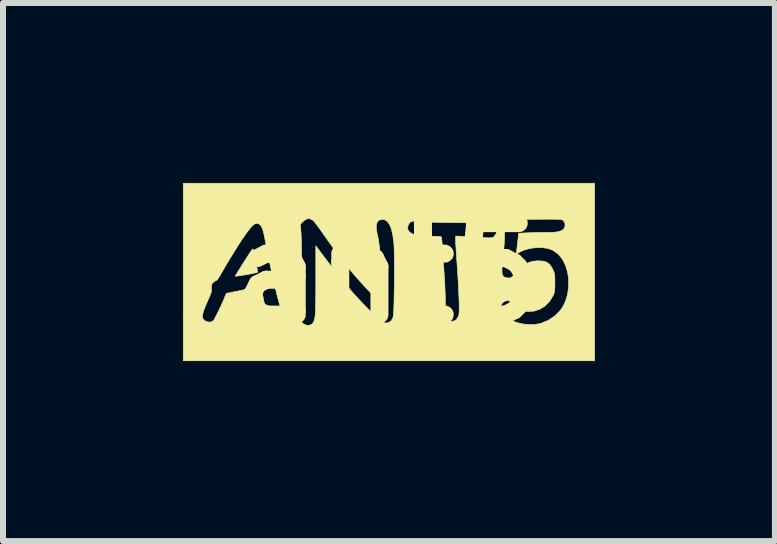
<source format=kicad_pcb>
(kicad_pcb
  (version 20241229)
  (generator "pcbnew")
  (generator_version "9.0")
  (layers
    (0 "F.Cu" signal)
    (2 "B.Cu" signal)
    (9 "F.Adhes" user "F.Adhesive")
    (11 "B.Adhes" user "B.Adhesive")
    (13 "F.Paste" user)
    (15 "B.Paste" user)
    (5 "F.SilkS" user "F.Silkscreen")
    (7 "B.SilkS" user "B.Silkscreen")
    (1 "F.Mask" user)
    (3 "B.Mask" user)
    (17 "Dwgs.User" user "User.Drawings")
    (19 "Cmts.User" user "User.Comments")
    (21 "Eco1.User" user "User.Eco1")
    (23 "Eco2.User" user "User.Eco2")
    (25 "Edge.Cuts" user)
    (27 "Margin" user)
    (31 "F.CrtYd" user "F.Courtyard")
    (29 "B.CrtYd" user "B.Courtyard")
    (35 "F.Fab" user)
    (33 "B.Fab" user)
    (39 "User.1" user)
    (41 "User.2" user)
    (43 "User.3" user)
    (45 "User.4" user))
  (footprint "ant5"
    (layer "F.Cu")
    (at 3.421 1.505)
    (property "Reference" "ant5" (at 0 0 0) (layer "F.SilkS") (effects (font (size 1.524 1.524) (thickness 0.3))))
    (attr through_hole)
    (fp_poly (pts (xy -2.249 -0.385) (xy -2.24 -0.344) (xy -2.229 -0.291) (xy -2.216 -0.23) (xy -2.204 -0.168) (xy -2.192 -0.11) (xy -2.183 -0.062) (xy -2.177 -0.029) (xy -2.176 -0.017) (xy -2.191 -0.011) (xy -2.226 -0.003) (xy -2.275 0.008) (xy -2.332 0.018) (xy -2.392 0.029) (xy -2.449 0.038) (xy -2.498 0.045) (xy -2.533 0.049) (xy -2.549 0.049) (xy -2.549 0.048) (xy -2.511 -0.016) (xy -2.468 -0.085) (xy -2.424 -0.156) (xy -2.381 -0.224) (xy -2.34 -0.286) (xy -2.306 -0.339) (xy -2.278 -0.379) (xy -2.261 -0.403) (xy -2.255 -0.408) (xy -2.249 -0.385)) (stroke (width 0.01) (type solid)) (fill yes) (layer "F.SilkS"))
    (fp_poly (pts (xy 3.443 1.46) (xy -3.416 1.46) (xy -3.416 0.727) (xy -3.098 0.727) (xy -3.098 0.733) (xy -3.08 0.771) (xy -3.045 0.799) (xy -3.001 0.814) (xy -2.956 0.814) (xy -2.919 0.795) (xy -2.914 0.791) (xy -2.9 0.769) (xy -2.878 0.729) (xy -2.85 0.674) (xy -2.819 0.612) (xy -2.788 0.546) (xy -2.759 0.482) (xy -2.735 0.427) (xy -2.719 0.385) (xy -2.705 0.353) (xy -2.694 0.336) (xy -2.692 0.335) (xy -2.678 0.332) (xy -2.642 0.325) (xy -2.589 0.314) (xy -2.524 0.301) (xy -2.451 0.286) (xy -2.376 0.27) (xy -2.303 0.254) (xy -2.236 0.24) (xy -2.181 0.228) (xy -2.148 0.221) (xy -2.135 0.22) (xy -2.125 0.227) (xy -2.117 0.247) (xy -2.108 0.283) (xy -2.097 0.342) (xy -2.096 0.345) (xy -2.072 0.465) (xy -2.043 0.572) (xy -2.011 0.662) (xy -1.977 0.733) (xy -1.943 0.782) (xy -1.926 0.796) (xy -1.881 0.814) (xy -1.834 0.811) (xy -1.793 0.789) (xy -1.764 0.753) (xy -1.755 0.711) (xy -1.76 0.681) (xy -1.772 0.634) (xy -1.79 0.578) (xy -1.801 0.546) (xy -1.816 0.5) (xy -1.835 0.432) (xy -1.857 0.345) (xy -1.882 0.242) (xy -1.909 0.127) (xy -1.937 0.005) (xy -1.964 -0.122) (xy -1.991 -0.25) (xy -2.016 -0.375) (xy -2.039 -0.494) (xy -2.05 -0.549) (xy -2.069 -0.646) (xy -2.088 -0.719) (xy -2.108 -0.771) (xy -2.131 -0.805) (xy -2.147 -0.816) (xy -1.464 -0.816) (xy -1.452 -0.673) (xy -1.45 -0.63) (xy -1.448 -0.565) (xy -1.446 -0.479) (xy -1.444 -0.376) (xy -1.442 -0.259) (xy -1.441 -0.133) (xy -1.441 0.001) (xy -1.44 0.139) (xy -1.44 0.145) (xy -1.44 0.82) (xy -1.409 0.845) (xy -1.364 0.867) (xy -1.315 0.868) (xy -1.272 0.849) (xy -1.262 0.841) (xy -1.25 0.825) (xy -1.239 0.806) (xy -1.23 0.781) (xy -1.223 0.747) (xy -1.217 0.704) (xy -1.213 0.647) (xy -1.21 0.575) (xy -1.208 0.485) (xy -1.207 0.375) (xy -1.206 0.243) (xy -1.206 0.116) (xy -1.206 -0.457) (xy -1.103 -0.319) (xy -1.008 -0.194) (xy -0.905 -0.061) (xy -0.799 0.072) (xy -0.697 0.196) (xy -0.632 0.275) (xy -0.581 0.333) (xy -0.522 0.398) (xy -0.457 0.468) (xy -0.389 0.538) (xy -0.322 0.607) (xy -0.259 0.671) (xy -0.202 0.726) (xy -0.155 0.77) (xy -0.12 0.8) (xy -0.104 0.812) (xy -0.046 0.83) (xy 0.007 0.824) (xy 0.05 0.794) (xy 0.079 0.743) (xy 0.083 0.73) (xy 0.087 0.701) (xy 0.091 0.648) (xy 0.095 0.576) (xy 0.098 0.488) (xy 0.1 0.387) (xy 0.102 0.277) (xy 0.104 0.161) (xy 0.105 0.044) (xy 0.105 -0.072) (xy 0.104 -0.183) (xy 0.103 -0.285) (xy 0.101 -0.374) (xy 0.099 -0.448) (xy 0.095 -0.503) (xy 0.095 -0.513) (xy 0.077 -0.638) (xy 0.054 -0.737) (xy 0.042 -0.767) (xy 0.324 -0.767) (xy 0.329 -0.725) (xy 0.358 -0.685) (xy 0.359 -0.684) (xy 0.402 -0.657) (xy 0.471 -0.637) (xy 0.565 -0.623) (xy 0.685 -0.617) (xy 0.744 -0.616) (xy 0.814 -0.615) (xy 0.86 -0.612) (xy 0.884 -0.605) (xy 0.89 -0.599) (xy 0.892 -0.581) (xy 0.896 -0.541) (xy 0.901 -0.483) (xy 0.906 -0.413) (xy 0.91 -0.348) (xy 0.916 -0.253) (xy 0.923 -0.149) (xy 0.93 -0.047) (xy 0.936 0.043) (xy 0.938 0.074) (xy 0.943 0.154) (xy 0.947 0.251) (xy 0.951 0.355) (xy 0.954 0.457) (xy 0.955 0.507) (xy 0.957 0.594) (xy 0.958 0.658) (xy 0.961 0.704) (xy 0.964 0.734) (xy 0.97 0.754) (xy 0.977 0.767) (xy 0.988 0.777) (xy 0.99 0.779) (xy 1.035 0.8) (xy 1.084 0.801) (xy 1.128 0.781) (xy 1.137 0.772) (xy 1.162 0.737) (xy 1.18 0.695) (xy 1.183 0.665) (xy 1.185 0.611) (xy 1.185 0.541) (xy 1.882 0.541) (xy 1.882 0.587) (xy 1.9 0.627) (xy 1.934 0.674) (xy 1.977 0.722) (xy 2.023 0.762) (xy 2.037 0.772) (xy 2.118 0.813) (xy 2.216 0.841) (xy 2.322 0.856) (xy 2.429 0.856) (xy 2.528 0.841) (xy 2.546 0.836) (xy 2.669 0.786) (xy 2.776 0.715) (xy 2.867 0.623) (xy 2.91 0.563) (xy 2.958 0.466) (xy 2.991 0.352) (xy 3.008 0.23) (xy 3.009 0.104) (xy 2.995 0.001) (xy 2.959 -0.126) (xy 2.907 -0.231) (xy 2.839 -0.315) (xy 2.754 -0.378) (xy 2.74 -0.385) (xy 2.662 -0.413) (xy 2.567 -0.427) (xy 2.465 -0.427) (xy 2.362 -0.412) (xy 2.266 -0.385) (xy 2.199 -0.355) (xy 2.165 -0.336) (xy 2.143 -0.324) (xy 2.138 -0.322) (xy 2.139 -0.334) (xy 2.142 -0.368) (xy 2.148 -0.419) (xy 2.155 -0.482) (xy 2.156 -0.494) (xy 2.176 -0.667) (xy 2.364 -0.675) (xy 2.447 -0.678) (xy 2.533 -0.68) (xy 2.614 -0.681) (xy 2.678 -0.68) (xy 2.679 -0.68) (xy 2.774 -0.683) (xy 2.845 -0.694) (xy 2.897 -0.713) (xy 2.928 -0.737) (xy 2.948 -0.778) (xy 2.949 -0.825) (xy 2.929 -0.867) (xy 2.923 -0.874) (xy 2.915 -0.882) (xy 2.905 -0.888) (xy 2.891 -0.892) (xy 2.87 -0.896) (xy 2.839 -0.898) (xy 2.796 -0.9) (xy 2.737 -0.9) (xy 2.659 -0.9) (xy 2.561 -0.9) (xy 2.439 -0.899) (xy 2.429 -0.899) (xy 2.319 -0.898) (xy 2.217 -0.896) (xy 2.127 -0.894) (xy 2.05 -0.891) (xy 1.992 -0.889) (xy 1.954 -0.886) (xy 1.941 -0.883) (xy 1.916 -0.861) (xy 1.91 -0.827) (xy 1.922 -0.777) (xy 1.923 -0.776) (xy 1.933 -0.74) (xy 1.939 -0.696) (xy 1.941 -0.641) (xy 1.94 -0.572) (xy 1.935 -0.486) (xy 1.925 -0.378) (xy 1.915 -0.279) (xy 1.906 -0.178) (xy 1.9 -0.1) (xy 1.897 -0.042) (xy 1.9 0.000253) (xy 1.907 0.029) (xy 1.918 0.049) (xy 1.935 0.063) (xy 1.941 0.066) (xy 1.973 0.076) (xy 2.011 0.08) (xy 2.033 0.078) (xy 2.055 0.068) (xy 2.082 0.047) (xy 2.119 0.013) (xy 2.163 -0.033) (xy 2.232 -0.1) (xy 2.291 -0.148) (xy 2.348 -0.18) (xy 2.408 -0.198) (xy 2.477 -0.206) (xy 2.505 -0.206) (xy 2.584 -0.202) (xy 2.644 -0.184) (xy 2.69 -0.15) (xy 2.729 -0.095) (xy 2.742 -0.07) (xy 2.759 -0.034) (xy 2.77 -0.002) (xy 2.776 0.033) (xy 2.779 0.078) (xy 2.78 0.141) (xy 2.78 0.161) (xy 2.779 0.231) (xy 2.776 0.281) (xy 2.771 0.318) (xy 2.761 0.349) (xy 2.748 0.378) (xy 2.688 0.473) (xy 2.614 0.548) (xy 2.527 0.601) (xy 2.432 0.632) (xy 2.33 0.638) (xy 2.27 0.629) (xy 2.227 0.618) (xy 2.192 0.603) (xy 2.156 0.577) (xy 2.112 0.536) (xy 2.109 0.534) (xy 2.063 0.492) (xy 2.028 0.467) (xy 2 0.457) (xy 1.988 0.456) (xy 1.94 0.468) (xy 1.903 0.499) (xy 1.882 0.541) (xy 1.185 0.541) (xy 1.185 0.534) (xy 1.182 0.437) (xy 1.177 0.323) (xy 1.171 0.194) (xy 1.163 0.052) (xy 1.153 -0.101) (xy 1.145 -0.208) (xy 1.139 -0.295) (xy 1.134 -0.378) (xy 1.129 -0.452) (xy 1.126 -0.51) (xy 1.125 -0.547) (xy 1.125 -0.548) (xy 1.125 -0.62) (xy 1.276 -0.612) (xy 1.399 -0.604) (xy 1.499 -0.598) (xy 1.577 -0.594) (xy 1.636 -0.591) (xy 1.68 -0.59) (xy 1.712 -0.591) (xy 1.733 -0.593) (xy 1.747 -0.597) (xy 1.757 -0.603) (xy 1.765 -0.611) (xy 1.774 -0.62) (xy 1.803 -0.666) (xy 1.808 -0.718) (xy 1.79 -0.768) (xy 1.778 -0.783) (xy 1.765 -0.796) (xy 1.75 -0.806) (xy 1.728 -0.813) (xy 1.695 -0.819) (xy 1.646 -0.823) (xy 1.576 -0.828) (xy 1.547 -0.83) (xy 1.472 -0.834) (xy 1.377 -0.838) (xy 1.27 -0.841) (xy 1.16 -0.843) (xy 1.054 -0.844) (xy 1.032 -0.844) (xy 0.933 -0.845) (xy 0.833 -0.847) (xy 0.739 -0.85) (xy 0.657 -0.854) (xy 0.593 -0.858) (xy 0.577 -0.86) (xy 0.496 -0.867) (xy 0.437 -0.869) (xy 0.396 -0.863) (xy 0.367 -0.85) (xy 0.348 -0.828) (xy 0.342 -0.818) (xy 0.324 -0.767) (xy 0.042 -0.767) (xy 0.024 -0.812) (xy -0.013 -0.863) (xy -0.057 -0.891) (xy -0.095 -0.898) (xy -0.146 -0.887) (xy -0.18 -0.857) (xy -0.197 -0.806) (xy -0.197 -0.735) (xy -0.18 -0.642) (xy -0.174 -0.619) (xy -0.16 -0.548) (xy -0.147 -0.453) (xy -0.136 -0.332) (xy -0.127 -0.186) (xy -0.12 -0.013) (xy -0.115 0.184) (xy -0.113 0.283) (xy -0.112 0.359) (xy -0.112 0.413) (xy -0.113 0.45) (xy -0.115 0.472) (xy -0.12 0.483) (xy -0.125 0.486) (xy -0.133 0.483) (xy -0.133 0.483) (xy -0.153 0.467) (xy -0.187 0.435) (xy -0.233 0.389) (xy -0.287 0.332) (xy -0.347 0.268) (xy -0.41 0.2) (xy -0.473 0.131) (xy -0.533 0.064) (xy -0.587 0.002) (xy -0.611 -0.027) (xy -0.75 -0.2) (xy -0.898 -0.396) (xy -1.051 -0.611) (xy -1.089 -0.666) (xy -1.135 -0.731) (xy -1.178 -0.79) (xy -1.215 -0.838) (xy -1.242 -0.871) (xy -1.255 -0.883) (xy -1.303 -0.908) (xy -1.351 -0.907) (xy -1.401 -0.878) (xy -1.417 -0.863) (xy -1.464 -0.816) (xy -2.147 -0.816) (xy -2.158 -0.824) (xy -2.191 -0.83) (xy -2.198 -0.831) (xy -2.225 -0.821) (xy -2.26 -0.793) (xy -2.304 -0.745) (xy -2.357 -0.676) (xy -2.421 -0.585) (xy -2.495 -0.473) (xy -2.58 -0.337) (xy -2.594 -0.314) (xy -2.641 -0.237) (xy -2.688 -0.159) (xy -2.731 -0.086) (xy -2.767 -0.024) (xy -2.786 0.011) (xy -2.814 0.058) (xy -2.839 0.096) (xy -2.857 0.117) (xy -2.863 0.12) (xy -2.883 0.129) (xy -2.911 0.149) (xy -2.914 0.151) (xy -2.936 0.175) (xy -2.947 0.206) (xy -2.948 0.25) (xy -2.945 0.298) (xy -2.949 0.317) (xy -2.963 0.354) (xy -2.983 0.403) (xy -3 0.442) (xy -3.045 0.545) (xy -3.076 0.626) (xy -3.093 0.686) (xy -3.098 0.727) (xy -3.416 0.727) (xy -3.416 -1.5) (xy 3.443 -1.5) (xy 3.443 1.46)) (stroke (width 0.01) (type solid)) (fill yes) (layer "F.SilkS")))
  (gr_rect
    (start -3 -3)
    (end 9.869 5.971)
    (stroke (width 0.1) (type default))
    (fill no)
    (layer "Edge.Cuts")))
</source>
